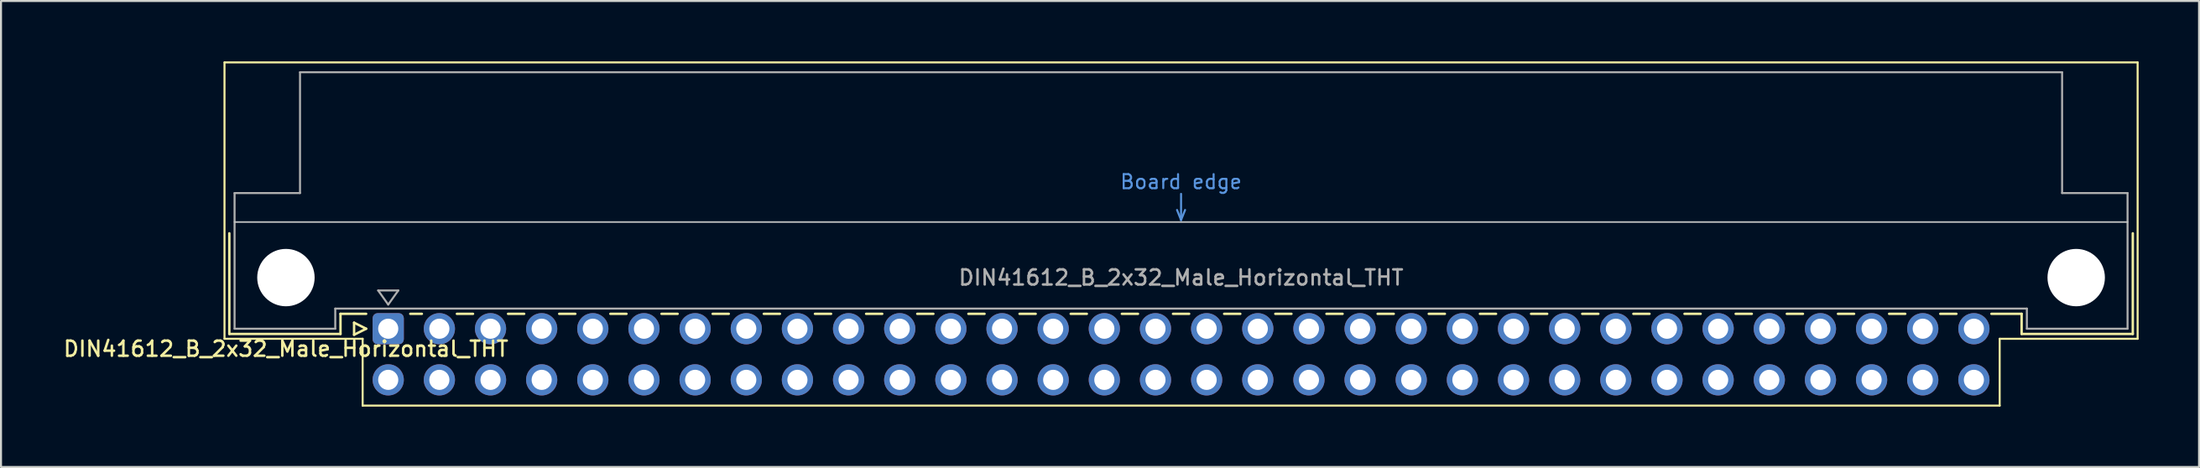
<source format=kicad_pcb>
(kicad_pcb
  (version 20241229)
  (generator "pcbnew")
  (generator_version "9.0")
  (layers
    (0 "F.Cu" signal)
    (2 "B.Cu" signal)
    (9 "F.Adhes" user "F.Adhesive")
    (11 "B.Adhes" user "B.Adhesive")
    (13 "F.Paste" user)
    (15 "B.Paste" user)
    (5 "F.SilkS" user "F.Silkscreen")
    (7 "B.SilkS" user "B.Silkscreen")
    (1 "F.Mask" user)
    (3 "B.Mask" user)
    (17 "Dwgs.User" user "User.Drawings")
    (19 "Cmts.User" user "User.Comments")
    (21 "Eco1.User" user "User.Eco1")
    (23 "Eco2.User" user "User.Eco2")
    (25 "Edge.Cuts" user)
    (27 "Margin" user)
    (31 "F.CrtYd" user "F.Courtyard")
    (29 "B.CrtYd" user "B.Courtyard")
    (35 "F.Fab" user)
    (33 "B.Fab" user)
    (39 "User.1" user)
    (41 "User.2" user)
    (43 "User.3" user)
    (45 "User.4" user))
  (footprint "DIN41612_B_2x32_Male_Horizontal_THT"
    (layer "F.Cu")
    (at 16.228 13.28)
    (property "Reference" "DIN41612_B_2x32_Male_Horizontal_THT" (at -5.08 1 0) (layer "F.SilkS") (effects (font (size 0.75 0.75) (thickness 0.125))))
    (attr through_hole)
    (fp_line (start -8.13 -13.23) (end -8.13 0.5) (stroke (width 0.1) (type solid)) (layer "F.SilkS"))
    (fp_line (start -8.13 0.5) (end -1.27 0.5) (stroke (width 0.1) (type solid)) (layer "F.SilkS"))
    (fp_line (start -7.89 -4.74) (end -7.89 0.26) (stroke (width 0.12) (type solid)) (layer "F.SilkS"))
    (fp_line (start -7.89 0.26) (end -2.37 0.26) (stroke (width 0.12) (type solid)) (layer "F.SilkS"))
    (fp_line (start -2.371 -0.74) (end -1.095 -0.74) (stroke (width 0.12) (type solid)) (layer "F.SilkS"))
    (fp_line (start -2.37 0.26) (end -2.37 -0.74) (stroke (width 0.12) (type solid)) (layer "F.SilkS"))
    (fp_line (start -1.695 -0.3) (end -1.695 0.3) (stroke (width 0.12) (type solid)) (layer "F.SilkS"))
    (fp_line (start -1.695 0.3) (end -1.095 0) (stroke (width 0.12) (type solid)) (layer "F.SilkS"))
    (fp_line (start -1.27 0.5) (end -1.27 3.82) (stroke (width 0.1) (type solid)) (layer "F.SilkS"))
    (fp_line (start -1.27 3.82) (end 80.02 3.82) (stroke (width 0.1) (type solid)) (layer "F.SilkS"))
    (fp_line (start -1.095 0) (end -1.695 -0.3) (stroke (width 0.12) (type solid)) (layer "F.SilkS"))
    (fp_line (start 1.095 -0.74) (end 1.671 -0.74) (stroke (width 0.12) (type solid)) (layer "F.SilkS"))
    (fp_line (start 3.41 -0.74) (end 4.211 -0.74) (stroke (width 0.12) (type solid)) (layer "F.SilkS"))
    (fp_line (start 5.95 -0.74) (end 6.751 -0.74) (stroke (width 0.12) (type solid)) (layer "F.SilkS"))
    (fp_line (start 8.49 -0.74) (end 9.291 -0.74) (stroke (width 0.12) (type solid)) (layer "F.SilkS"))
    (fp_line (start 11.03 -0.74) (end 11.831 -0.74) (stroke (width 0.12) (type solid)) (layer "F.SilkS"))
    (fp_line (start 13.57 -0.74) (end 14.371 -0.74) (stroke (width 0.12) (type solid)) (layer "F.SilkS"))
    (fp_line (start 16.11 -0.74) (end 16.911 -0.74) (stroke (width 0.12) (type solid)) (layer "F.SilkS"))
    (fp_line (start 18.65 -0.74) (end 19.451 -0.74) (stroke (width 0.12) (type solid)) (layer "F.SilkS"))
    (fp_line (start 21.19 -0.74) (end 21.991 -0.74) (stroke (width 0.12) (type solid)) (layer "F.SilkS"))
    (fp_line (start 23.73 -0.74) (end 24.531 -0.74) (stroke (width 0.12) (type solid)) (layer "F.SilkS"))
    (fp_line (start 26.27 -0.74) (end 27.071 -0.74) (stroke (width 0.12) (type solid)) (layer "F.SilkS"))
    (fp_line (start 28.81 -0.74) (end 29.611 -0.74) (stroke (width 0.12) (type solid)) (layer "F.SilkS"))
    (fp_line (start 31.35 -0.74) (end 32.151 -0.74) (stroke (width 0.12) (type solid)) (layer "F.SilkS"))
    (fp_line (start 33.89 -0.74) (end 34.691 -0.74) (stroke (width 0.12) (type solid)) (layer "F.SilkS"))
    (fp_line (start 36.43 -0.74) (end 37.231 -0.74) (stroke (width 0.12) (type solid)) (layer "F.SilkS"))
    (fp_line (start 38.97 -0.74) (end 39.771 -0.74) (stroke (width 0.12) (type solid)) (layer "F.SilkS"))
    (fp_line (start 41.51 -0.74) (end 42.311 -0.74) (stroke (width 0.12) (type solid)) (layer "F.SilkS"))
    (fp_line (start 44.05 -0.74) (end 44.851 -0.74) (stroke (width 0.12) (type solid)) (layer "F.SilkS"))
    (fp_line (start 46.59 -0.74) (end 47.391 -0.74) (stroke (width 0.12) (type solid)) (layer "F.SilkS"))
    (fp_line (start 49.13 -0.74) (end 49.931 -0.74) (stroke (width 0.12) (type solid)) (layer "F.SilkS"))
    (fp_line (start 51.67 -0.74) (end 52.471 -0.74) (stroke (width 0.12) (type solid)) (layer "F.SilkS"))
    (fp_line (start 54.21 -0.74) (end 55.011 -0.74) (stroke (width 0.12) (type solid)) (layer "F.SilkS"))
    (fp_line (start 56.75 -0.74) (end 57.551 -0.74) (stroke (width 0.12) (type solid)) (layer "F.SilkS"))
    (fp_line (start 59.29 -0.74) (end 60.091 -0.74) (stroke (width 0.12) (type solid)) (layer "F.SilkS"))
    (fp_line (start 61.83 -0.74) (end 62.631 -0.74) (stroke (width 0.12) (type solid)) (layer "F.SilkS"))
    (fp_line (start 64.37 -0.74) (end 65.171 -0.74) (stroke (width 0.12) (type solid)) (layer "F.SilkS"))
    (fp_line (start 66.91 -0.74) (end 67.711 -0.74) (stroke (width 0.12) (type solid)) (layer "F.SilkS"))
    (fp_line (start 69.45 -0.74) (end 70.251 -0.74) (stroke (width 0.12) (type solid)) (layer "F.SilkS"))
    (fp_line (start 71.99 -0.74) (end 72.791 -0.74) (stroke (width 0.12) (type solid)) (layer "F.SilkS"))
    (fp_line (start 74.53 -0.74) (end 75.331 -0.74) (stroke (width 0.12) (type solid)) (layer "F.SilkS"))
    (fp_line (start 77.07 -0.74) (end 77.871 -0.74) (stroke (width 0.12) (type solid)) (layer "F.SilkS"))
    (fp_line (start 79.61 -0.74) (end 81.11 -0.74) (stroke (width 0.12) (type solid)) (layer "F.SilkS"))
    (fp_line (start 80.02 0.5) (end 86.87 0.5) (stroke (width 0.1) (type solid)) (layer "F.SilkS"))
    (fp_line (start 80.02 3.82) (end 80.02 0.5) (stroke (width 0.1) (type solid)) (layer "F.SilkS"))
    (fp_line (start 81.11 0.26) (end 81.11 -0.74) (stroke (width 0.12) (type solid)) (layer "F.SilkS"))
    (fp_line (start 86.63 -4.74) (end 86.63 0.26) (stroke (width 0.12) (type solid)) (layer "F.SilkS"))
    (fp_line (start 86.63 0.26) (end 81.11 0.26) (stroke (width 0.12) (type solid)) (layer "F.SilkS"))
    (fp_line (start 86.87 -13.23) (end -8.13 -13.23) (stroke (width 0.1) (type solid)) (layer "F.SilkS"))
    (fp_line (start 86.87 0.5) (end 86.87 -13.23) (stroke (width 0.1) (type solid)) (layer "F.SilkS"))
    (fp_line (start -7.63 -5.3) (end 86.37 -5.3) (stroke (width 0.08) (type solid)) (layer "Dwgs.User"))
    (fp_line (start 39.17 -5.9) (end 39.37 -5.4) (stroke (width 0.1) (type solid)) (layer "Cmts.User"))
    (fp_line (start 39.37 -5.4) (end 39.37 -6.7) (stroke (width 0.1) (type solid)) (layer "Cmts.User"))
    (fp_line (start 39.37 -5.4) (end 39.57 -5.9) (stroke (width 0.1) (type solid)) (layer "Cmts.User"))
    (fp_line (start -7.63 -6.74) (end -7.63 0) (stroke (width 0.1) (type solid)) (layer "F.Fab"))
    (fp_line (start -7.63 0) (end -2.63 0) (stroke (width 0.1) (type solid)) (layer "F.Fab"))
    (fp_line (start -4.38 -12.74) (end -4.38 -6.74) (stroke (width 0.1) (type solid)) (layer "F.Fab"))
    (fp_line (start -4.38 -6.74) (end -7.63 -6.74) (stroke (width 0.1) (type solid)) (layer "F.Fab"))
    (fp_line (start -2.63 -1) (end 81.37 -1) (stroke (width 0.1) (type solid)) (layer "F.Fab"))
    (fp_line (start -2.63 0) (end -2.63 -1) (stroke (width 0.1) (type solid)) (layer "F.Fab"))
    (fp_line (start -0.5 -1.9) (end 0.5 -1.9) (stroke (width 0.1) (type solid)) (layer "F.Fab"))
    (fp_line (start 0 -1.2) (end -0.5 -1.9) (stroke (width 0.1) (type solid)) (layer "F.Fab"))
    (fp_line (start 0.5 -1.9) (end 0 -1.2) (stroke (width 0.1) (type solid)) (layer "F.Fab"))
    (fp_line (start 81.37 -1) (end 81.37 0) (stroke (width 0.1) (type solid)) (layer "F.Fab"))
    (fp_line (start 81.37 0) (end 86.37 0) (stroke (width 0.1) (type solid)) (layer "F.Fab"))
    (fp_line (start 83.12 -12.74) (end -4.38 -12.74) (stroke (width 0.1) (type solid)) (layer "F.Fab"))
    (fp_line (start 83.12 -6.74) (end 83.12 -12.74) (stroke (width 0.1) (type solid)) (layer "F.Fab"))
    (fp_line (start 86.37 -6.74) (end 83.12 -6.74) (stroke (width 0.1) (type solid)) (layer "F.Fab"))
    (fp_line (start 86.37 0) (end 86.37 -6.74) (stroke (width 0.1) (type solid)) (layer "F.Fab"))
    (fp_text user "Board edge" (at 39.37 -7.3 0) (layer "Cmts.User") (effects (font (size 0.7 0.7) (thickness 0.1))))
    (fp_text user "${REFERENCE}" (at 39.37 -2.54 0) (layer "F.Fab") (effects (font (size 0.75 0.75) (thickness 0.125))))
    (pad "" np_thru_hole circle (at -5.08 -2.54) (size 2.85 2.85) (drill 2.85) (layers "*.Cu" "*.Mask"))
    (pad "" np_thru_hole circle (at 83.82 -2.54) (size 2.85 2.85) (drill 2.85) (layers "*.Cu" "*.Mask"))
    (pad "a1" thru_hole roundrect (at 0 0) (size 1.55 1.55) (drill 1) (layers "*.Cu" "*.Mask") (roundrect_rratio 0.161))
    (pad "a2" thru_hole circle (at 2.54 0) (size 1.55 1.55) (drill 1) (layers "*.Cu" "*.Mask"))
    (pad "a3" thru_hole circle (at 5.08 0) (size 1.55 1.55) (drill 1) (layers "*.Cu" "*.Mask"))
    (pad "a4" thru_hole circle (at 7.62 0) (size 1.55 1.55) (drill 1) (layers "*.Cu" "*.Mask"))
    (pad "a5" thru_hole circle (at 10.16 0) (size 1.55 1.55) (drill 1) (layers "*.Cu" "*.Mask"))
    (pad "a6" thru_hole circle (at 12.7 0) (size 1.55 1.55) (drill 1) (layers "*.Cu" "*.Mask"))
    (pad "a7" thru_hole circle (at 15.24 0) (size 1.55 1.55) (drill 1) (layers "*.Cu" "*.Mask"))
    (pad "a8" thru_hole circle (at 17.78 0) (size 1.55 1.55) (drill 1) (layers "*.Cu" "*.Mask"))
    (pad "a9" thru_hole circle (at 20.32 0) (size 1.55 1.55) (drill 1) (layers "*.Cu" "*.Mask"))
    (pad "a10" thru_hole circle (at 22.86 0) (size 1.55 1.55) (drill 1) (layers "*.Cu" "*.Mask"))
    (pad "a11" thru_hole circle (at 25.4 0) (size 1.55 1.55) (drill 1) (layers "*.Cu" "*.Mask"))
    (pad "a12" thru_hole circle (at 27.94 0) (size 1.55 1.55) (drill 1) (layers "*.Cu" "*.Mask"))
    (pad "a13" thru_hole circle (at 30.48 0) (size 1.55 1.55) (drill 1) (layers "*.Cu" "*.Mask"))
    (pad "a14" thru_hole circle (at 33.02 0) (size 1.55 1.55) (drill 1) (layers "*.Cu" "*.Mask"))
    (pad "a15" thru_hole circle (at 35.56 0) (size 1.55 1.55) (drill 1) (layers "*.Cu" "*.Mask"))
    (pad "a16" thru_hole circle (at 38.1 0) (size 1.55 1.55) (drill 1) (layers "*.Cu" "*.Mask"))
    (pad "a17" thru_hole circle (at 40.64 0) (size 1.55 1.55) (drill 1) (layers "*.Cu" "*.Mask"))
    (pad "a18" thru_hole circle (at 43.18 0) (size 1.55 1.55) (drill 1) (layers "*.Cu" "*.Mask"))
    (pad "a19" thru_hole circle (at 45.72 0) (size 1.55 1.55) (drill 1) (layers "*.Cu" "*.Mask"))
    (pad "a20" thru_hole circle (at 48.26 0) (size 1.55 1.55) (drill 1) (layers "*.Cu" "*.Mask"))
    (pad "a21" thru_hole circle (at 50.8 0) (size 1.55 1.55) (drill 1) (layers "*.Cu" "*.Mask"))
    (pad "a22" thru_hole circle (at 53.34 0) (size 1.55 1.55) (drill 1) (layers "*.Cu" "*.Mask"))
    (pad "a23" thru_hole circle (at 55.88 0) (size 1.55 1.55) (drill 1) (layers "*.Cu" "*.Mask"))
    (pad "a24" thru_hole circle (at 58.42 0) (size 1.55 1.55) (drill 1) (layers "*.Cu" "*.Mask"))
    (pad "a25" thru_hole circle (at 60.96 0) (size 1.55 1.55) (drill 1) (layers "*.Cu" "*.Mask"))
    (pad "a26" thru_hole circle (at 63.5 0) (size 1.55 1.55) (drill 1) (layers "*.Cu" "*.Mask"))
    (pad "a27" thru_hole circle (at 66.04 0) (size 1.55 1.55) (drill 1) (layers "*.Cu" "*.Mask"))
    (pad "a28" thru_hole circle (at 68.58 0) (size 1.55 1.55) (drill 1) (layers "*.Cu" "*.Mask"))
    (pad "a29" thru_hole circle (at 71.12 0) (size 1.55 1.55) (drill 1) (layers "*.Cu" "*.Mask"))
    (pad "a30" thru_hole circle (at 73.66 0) (size 1.55 1.55) (drill 1) (layers "*.Cu" "*.Mask"))
    (pad "a31" thru_hole circle (at 76.2 0) (size 1.55 1.55) (drill 1) (layers "*.Cu" "*.Mask"))
    (pad "a32" thru_hole circle (at 78.74 0) (size 1.55 1.55) (drill 1) (layers "*.Cu" "*.Mask"))
    (pad "b1" thru_hole circle (at 0 2.54) (size 1.55 1.55) (drill 1) (layers "*.Cu" "*.Mask"))
    (pad "b2" thru_hole circle (at 2.54 2.54) (size 1.55 1.55) (drill 1) (layers "*.Cu" "*.Mask"))
    (pad "b3" thru_hole circle (at 5.08 2.54) (size 1.55 1.55) (drill 1) (layers "*.Cu" "*.Mask"))
    (pad "b4" thru_hole circle (at 7.62 2.54) (size 1.55 1.55) (drill 1) (layers "*.Cu" "*.Mask"))
    (pad "b5" thru_hole circle (at 10.16 2.54) (size 1.55 1.55) (drill 1) (layers "*.Cu" "*.Mask"))
    (pad "b6" thru_hole circle (at 12.7 2.54) (size 1.55 1.55) (drill 1) (layers "*.Cu" "*.Mask"))
    (pad "b7" thru_hole circle (at 15.24 2.54) (size 1.55 1.55) (drill 1) (layers "*.Cu" "*.Mask"))
    (pad "b8" thru_hole circle (at 17.78 2.54) (size 1.55 1.55) (drill 1) (layers "*.Cu" "*.Mask"))
    (pad "b9" thru_hole circle (at 20.32 2.54) (size 1.55 1.55) (drill 1) (layers "*.Cu" "*.Mask"))
    (pad "b10" thru_hole circle (at 22.86 2.54) (size 1.55 1.55) (drill 1) (layers "*.Cu" "*.Mask"))
    (pad "b11" thru_hole circle (at 25.4 2.54) (size 1.55 1.55) (drill 1) (layers "*.Cu" "*.Mask"))
    (pad "b12" thru_hole circle (at 27.94 2.54) (size 1.55 1.55) (drill 1) (layers "*.Cu" "*.Mask"))
    (pad "b13" thru_hole circle (at 30.48 2.54) (size 1.55 1.55) (drill 1) (layers "*.Cu" "*.Mask"))
    (pad "b14" thru_hole circle (at 33.02 2.54) (size 1.55 1.55) (drill 1) (layers "*.Cu" "*.Mask"))
    (pad "b15" thru_hole circle (at 35.56 2.54) (size 1.55 1.55) (drill 1) (layers "*.Cu" "*.Mask"))
    (pad "b16" thru_hole circle (at 38.1 2.54) (size 1.55 1.55) (drill 1) (layers "*.Cu" "*.Mask"))
    (pad "b17" thru_hole circle (at 40.64 2.54) (size 1.55 1.55) (drill 1) (layers "*.Cu" "*.Mask"))
    (pad "b18" thru_hole circle (at 43.18 2.54) (size 1.55 1.55) (drill 1) (layers "*.Cu" "*.Mask"))
    (pad "b19" thru_hole circle (at 45.72 2.54) (size 1.55 1.55) (drill 1) (layers "*.Cu" "*.Mask"))
    (pad "b20" thru_hole circle (at 48.26 2.54) (size 1.55 1.55) (drill 1) (layers "*.Cu" "*.Mask"))
    (pad "b21" thru_hole circle (at 50.8 2.54) (size 1.55 1.55) (drill 1) (layers "*.Cu" "*.Mask"))
    (pad "b22" thru_hole circle (at 53.34 2.54) (size 1.55 1.55) (drill 1) (layers "*.Cu" "*.Mask"))
    (pad "b23" thru_hole circle (at 55.88 2.54) (size 1.55 1.55) (drill 1) (layers "*.Cu" "*.Mask"))
    (pad "b24" thru_hole circle (at 58.42 2.54) (size 1.55 1.55) (drill 1) (layers "*.Cu" "*.Mask"))
    (pad "b25" thru_hole circle (at 60.96 2.54) (size 1.55 1.55) (drill 1) (layers "*.Cu" "*.Mask"))
    (pad "b26" thru_hole circle (at 63.5 2.54) (size 1.55 1.55) (drill 1) (layers "*.Cu" "*.Mask"))
    (pad "b27" thru_hole circle (at 66.04 2.54) (size 1.55 1.55) (drill 1) (layers "*.Cu" "*.Mask"))
    (pad "b28" thru_hole circle (at 68.58 2.54) (size 1.55 1.55) (drill 1) (layers "*.Cu" "*.Mask"))
    (pad "b29" thru_hole circle (at 71.12 2.54) (size 1.55 1.55) (drill 1) (layers "*.Cu" "*.Mask"))
    (pad "b30" thru_hole circle (at 73.66 2.54) (size 1.55 1.55) (drill 1) (layers "*.Cu" "*.Mask"))
    (pad "b31" thru_hole circle (at 76.2 2.54) (size 1.55 1.55) (drill 1) (layers "*.Cu" "*.Mask"))
    (pad "b32" thru_hole circle (at 78.74 2.54) (size 1.55 1.55) (drill 1) (layers "*.Cu" "*.Mask")))
  (gr_rect
    (start -3 -3)
    (end 106.148 20.15)
    (stroke (width 0.1) (type default))
    (fill no)
    (layer "Edge.Cuts")))
</source>
